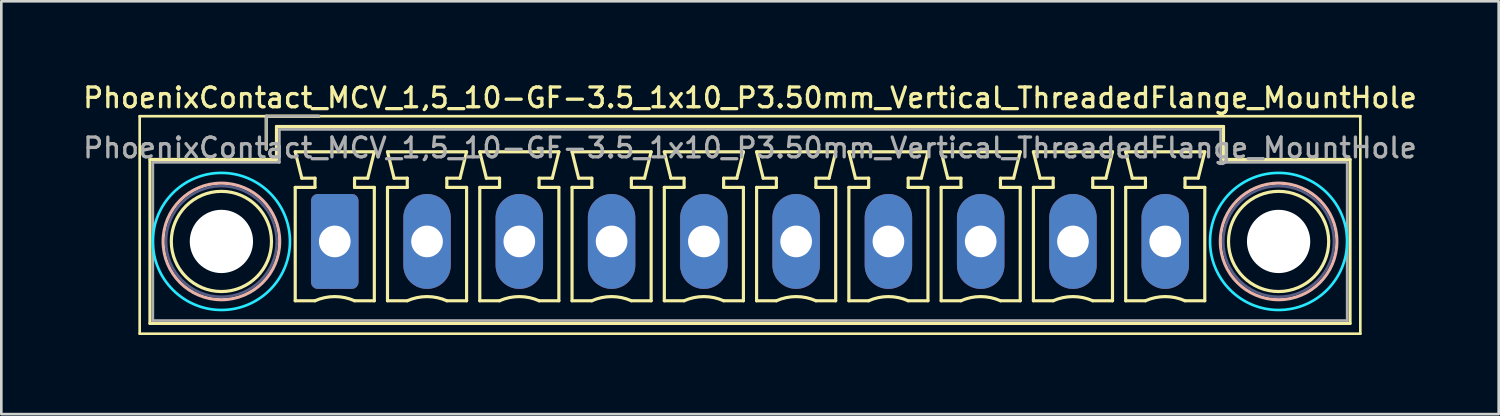
<source format=kicad_pcb>
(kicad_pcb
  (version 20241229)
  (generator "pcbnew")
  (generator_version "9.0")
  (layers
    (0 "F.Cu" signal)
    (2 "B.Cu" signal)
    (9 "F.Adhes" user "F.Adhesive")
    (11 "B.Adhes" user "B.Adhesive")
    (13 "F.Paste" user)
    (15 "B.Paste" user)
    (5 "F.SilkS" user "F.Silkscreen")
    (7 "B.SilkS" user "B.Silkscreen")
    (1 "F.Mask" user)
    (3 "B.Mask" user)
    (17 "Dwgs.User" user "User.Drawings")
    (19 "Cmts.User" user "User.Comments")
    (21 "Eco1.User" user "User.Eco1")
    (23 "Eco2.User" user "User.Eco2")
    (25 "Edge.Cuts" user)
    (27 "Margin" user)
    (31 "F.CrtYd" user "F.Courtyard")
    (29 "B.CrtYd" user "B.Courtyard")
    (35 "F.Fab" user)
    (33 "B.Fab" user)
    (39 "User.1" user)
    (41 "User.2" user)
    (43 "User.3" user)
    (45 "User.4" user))
  (footprint "PhoenixContact_MCV_1,5_10-GF-3.5_1x10_P3.50mm_Vertical_ThreadedFlange_MountHole"
    (layer "F.Cu")
    (at 9.648 6.108)
    (property "Reference" "PhoenixContact_MCV_1,5_10-GF-3.5_1x10_P3.50mm_Vertical_ThreadedFlange_MountHole" (at 15.75 -5.45 0) (layer "F.SilkS") (effects (font (size 0.75 0.75) (thickness 0.125))))
    (attr through_hole)
    (fp_line (start -7.4 -4.75) (end -7.4 3.5) (stroke (width 0.1) (type solid)) (layer "F.SilkS"))
    (fp_line (start -7.4 3.5) (end 38.9 3.5) (stroke (width 0.1) (type solid)) (layer "F.SilkS"))
    (fp_line (start -7.01 -3.11) (end -7.01 3.11) (stroke (width 0.12) (type solid)) (layer "F.SilkS"))
    (fp_line (start -7.01 3.11) (end 38.51 3.11) (stroke (width 0.12) (type solid)) (layer "F.SilkS"))
    (fp_line (start -2.6 -4.75) (end -0.6 -4.75) (stroke (width 0.12) (type solid)) (layer "F.SilkS"))
    (fp_line (start -2.6 -3.5) (end -2.6 -4.75) (stroke (width 0.12) (type solid)) (layer "F.SilkS"))
    (fp_line (start -2.21 -4.36) (end -2.21 -3.11) (stroke (width 0.12) (type solid)) (layer "F.SilkS"))
    (fp_line (start -2.21 -3.11) (end -7.01 -3.11) (stroke (width 0.12) (type solid)) (layer "F.SilkS"))
    (fp_line (start -1.5 -3.4) (end 1.5 -3.4) (stroke (width 0.12) (type solid)) (layer "F.SilkS"))
    (fp_line (start -1.5 -2.05) (end -0.75 -2.05) (stroke (width 0.12) (type solid)) (layer "F.SilkS"))
    (fp_line (start -1.5 2.25) (end -1.5 -2.05) (stroke (width 0.12) (type solid)) (layer "F.SilkS"))
    (fp_line (start -1.25 -2.4) (end -1.5 -3.4) (stroke (width 0.12) (type solid)) (layer "F.SilkS"))
    (fp_line (start -0.75 -2.4) (end -1.25 -2.4) (stroke (width 0.12) (type solid)) (layer "F.SilkS"))
    (fp_line (start -0.75 -2.05) (end -0.75 -2.4) (stroke (width 0.12) (type solid)) (layer "F.SilkS"))
    (fp_line (start -0.75 2.25) (end -1.5 2.25) (stroke (width 0.12) (type solid)) (layer "F.SilkS"))
    (fp_line (start 0.75 -2.4) (end 0.75 -2.05) (stroke (width 0.12) (type solid)) (layer "F.SilkS"))
    (fp_line (start 0.75 -2.05) (end 1.5 -2.05) (stroke (width 0.12) (type solid)) (layer "F.SilkS"))
    (fp_line (start 1.25 -2.4) (end 0.75 -2.4) (stroke (width 0.12) (type solid)) (layer "F.SilkS"))
    (fp_line (start 1.5 -3.4) (end 1.25 -2.4) (stroke (width 0.12) (type solid)) (layer "F.SilkS"))
    (fp_line (start 1.5 -2.05) (end 1.5 2.25) (stroke (width 0.12) (type solid)) (layer "F.SilkS"))
    (fp_line (start 1.5 2.25) (end 0.75 2.25) (stroke (width 0.12) (type solid)) (layer "F.SilkS"))
    (fp_line (start 2 -3.4) (end 5 -3.4) (stroke (width 0.12) (type solid)) (layer "F.SilkS"))
    (fp_line (start 2 -2.05) (end 2.75 -2.05) (stroke (width 0.12) (type solid)) (layer "F.SilkS"))
    (fp_line (start 2 2.25) (end 2 -2.05) (stroke (width 0.12) (type solid)) (layer "F.SilkS"))
    (fp_line (start 2.25 -2.4) (end 2 -3.4) (stroke (width 0.12) (type solid)) (layer "F.SilkS"))
    (fp_line (start 2.75 -2.4) (end 2.25 -2.4) (stroke (width 0.12) (type solid)) (layer "F.SilkS"))
    (fp_line (start 2.75 -2.05) (end 2.75 -2.4) (stroke (width 0.12) (type solid)) (layer "F.SilkS"))
    (fp_line (start 2.75 2.25) (end 2 2.25) (stroke (width 0.12) (type solid)) (layer "F.SilkS"))
    (fp_line (start 4.25 -2.4) (end 4.25 -2.05) (stroke (width 0.12) (type solid)) (layer "F.SilkS"))
    (fp_line (start 4.25 -2.05) (end 5 -2.05) (stroke (width 0.12) (type solid)) (layer "F.SilkS"))
    (fp_line (start 4.75 -2.4) (end 4.25 -2.4) (stroke (width 0.12) (type solid)) (layer "F.SilkS"))
    (fp_line (start 5 -3.4) (end 4.75 -2.4) (stroke (width 0.12) (type solid)) (layer "F.SilkS"))
    (fp_line (start 5 -2.05) (end 5 2.25) (stroke (width 0.12) (type solid)) (layer "F.SilkS"))
    (fp_line (start 5 2.25) (end 4.25 2.25) (stroke (width 0.12) (type solid)) (layer "F.SilkS"))
    (fp_line (start 5.5 -3.4) (end 8.5 -3.4) (stroke (width 0.12) (type solid)) (layer "F.SilkS"))
    (fp_line (start 5.5 -2.05) (end 6.25 -2.05) (stroke (width 0.12) (type solid)) (layer "F.SilkS"))
    (fp_line (start 5.5 2.25) (end 5.5 -2.05) (stroke (width 0.12) (type solid)) (layer "F.SilkS"))
    (fp_line (start 5.75 -2.4) (end 5.5 -3.4) (stroke (width 0.12) (type solid)) (layer "F.SilkS"))
    (fp_line (start 6.25 -2.4) (end 5.75 -2.4) (stroke (width 0.12) (type solid)) (layer "F.SilkS"))
    (fp_line (start 6.25 -2.05) (end 6.25 -2.4) (stroke (width 0.12) (type solid)) (layer "F.SilkS"))
    (fp_line (start 6.25 2.25) (end 5.5 2.25) (stroke (width 0.12) (type solid)) (layer "F.SilkS"))
    (fp_line (start 7.75 -2.4) (end 7.75 -2.05) (stroke (width 0.12) (type solid)) (layer "F.SilkS"))
    (fp_line (start 7.75 -2.05) (end 8.5 -2.05) (stroke (width 0.12) (type solid)) (layer "F.SilkS"))
    (fp_line (start 8.25 -2.4) (end 7.75 -2.4) (stroke (width 0.12) (type solid)) (layer "F.SilkS"))
    (fp_line (start 8.5 -3.4) (end 8.25 -2.4) (stroke (width 0.12) (type solid)) (layer "F.SilkS"))
    (fp_line (start 8.5 -2.05) (end 8.5 2.25) (stroke (width 0.12) (type solid)) (layer "F.SilkS"))
    (fp_line (start 8.5 2.25) (end 7.75 2.25) (stroke (width 0.12) (type solid)) (layer "F.SilkS"))
    (fp_line (start 9 -3.4) (end 12 -3.4) (stroke (width 0.12) (type solid)) (layer "F.SilkS"))
    (fp_line (start 9 -2.05) (end 9.75 -2.05) (stroke (width 0.12) (type solid)) (layer "F.SilkS"))
    (fp_line (start 9 2.25) (end 9 -2.05) (stroke (width 0.12) (type solid)) (layer "F.SilkS"))
    (fp_line (start 9.25 -2.4) (end 9 -3.4) (stroke (width 0.12) (type solid)) (layer "F.SilkS"))
    (fp_line (start 9.75 -2.4) (end 9.25 -2.4) (stroke (width 0.12) (type solid)) (layer "F.SilkS"))
    (fp_line (start 9.75 -2.05) (end 9.75 -2.4) (stroke (width 0.12) (type solid)) (layer "F.SilkS"))
    (fp_line (start 9.75 2.25) (end 9 2.25) (stroke (width 0.12) (type solid)) (layer "F.SilkS"))
    (fp_line (start 11.25 -2.4) (end 11.25 -2.05) (stroke (width 0.12) (type solid)) (layer "F.SilkS"))
    (fp_line (start 11.25 -2.05) (end 12 -2.05) (stroke (width 0.12) (type solid)) (layer "F.SilkS"))
    (fp_line (start 11.75 -2.4) (end 11.25 -2.4) (stroke (width 0.12) (type solid)) (layer "F.SilkS"))
    (fp_line (start 12 -3.4) (end 11.75 -2.4) (stroke (width 0.12) (type solid)) (layer "F.SilkS"))
    (fp_line (start 12 -2.05) (end 12 2.25) (stroke (width 0.12) (type solid)) (layer "F.SilkS"))
    (fp_line (start 12 2.25) (end 11.25 2.25) (stroke (width 0.12) (type solid)) (layer "F.SilkS"))
    (fp_line (start 12.5 -3.4) (end 15.5 -3.4) (stroke (width 0.12) (type solid)) (layer "F.SilkS"))
    (fp_line (start 12.5 -2.05) (end 13.25 -2.05) (stroke (width 0.12) (type solid)) (layer "F.SilkS"))
    (fp_line (start 12.5 2.25) (end 12.5 -2.05) (stroke (width 0.12) (type solid)) (layer "F.SilkS"))
    (fp_line (start 12.75 -2.4) (end 12.5 -3.4) (stroke (width 0.12) (type solid)) (layer "F.SilkS"))
    (fp_line (start 13.25 -2.4) (end 12.75 -2.4) (stroke (width 0.12) (type solid)) (layer "F.SilkS"))
    (fp_line (start 13.25 -2.05) (end 13.25 -2.4) (stroke (width 0.12) (type solid)) (layer "F.SilkS"))
    (fp_line (start 13.25 2.25) (end 12.5 2.25) (stroke (width 0.12) (type solid)) (layer "F.SilkS"))
    (fp_line (start 14.75 -2.4) (end 14.75 -2.05) (stroke (width 0.12) (type solid)) (layer "F.SilkS"))
    (fp_line (start 14.75 -2.05) (end 15.5 -2.05) (stroke (width 0.12) (type solid)) (layer "F.SilkS"))
    (fp_line (start 15.25 -2.4) (end 14.75 -2.4) (stroke (width 0.12) (type solid)) (layer "F.SilkS"))
    (fp_line (start 15.5 -3.4) (end 15.25 -2.4) (stroke (width 0.12) (type solid)) (layer "F.SilkS"))
    (fp_line (start 15.5 -2.05) (end 15.5 2.25) (stroke (width 0.12) (type solid)) (layer "F.SilkS"))
    (fp_line (start 15.5 2.25) (end 14.75 2.25) (stroke (width 0.12) (type solid)) (layer "F.SilkS"))
    (fp_line (start 16 -3.4) (end 19 -3.4) (stroke (width 0.12) (type solid)) (layer "F.SilkS"))
    (fp_line (start 16 -2.05) (end 16.75 -2.05) (stroke (width 0.12) (type solid)) (layer "F.SilkS"))
    (fp_line (start 16 2.25) (end 16 -2.05) (stroke (width 0.12) (type solid)) (layer "F.SilkS"))
    (fp_line (start 16.25 -2.4) (end 16 -3.4) (stroke (width 0.12) (type solid)) (layer "F.SilkS"))
    (fp_line (start 16.75 -2.4) (end 16.25 -2.4) (stroke (width 0.12) (type solid)) (layer "F.SilkS"))
    (fp_line (start 16.75 -2.05) (end 16.75 -2.4) (stroke (width 0.12) (type solid)) (layer "F.SilkS"))
    (fp_line (start 16.75 2.25) (end 16 2.25) (stroke (width 0.12) (type solid)) (layer "F.SilkS"))
    (fp_line (start 18.25 -2.4) (end 18.25 -2.05) (stroke (width 0.12) (type solid)) (layer "F.SilkS"))
    (fp_line (start 18.25 -2.05) (end 19 -2.05) (stroke (width 0.12) (type solid)) (layer "F.SilkS"))
    (fp_line (start 18.75 -2.4) (end 18.25 -2.4) (stroke (width 0.12) (type solid)) (layer "F.SilkS"))
    (fp_line (start 19 -3.4) (end 18.75 -2.4) (stroke (width 0.12) (type solid)) (layer "F.SilkS"))
    (fp_line (start 19 -2.05) (end 19 2.25) (stroke (width 0.12) (type solid)) (layer "F.SilkS"))
    (fp_line (start 19 2.25) (end 18.25 2.25) (stroke (width 0.12) (type solid)) (layer "F.SilkS"))
    (fp_line (start 19.5 -3.4) (end 22.5 -3.4) (stroke (width 0.12) (type solid)) (layer "F.SilkS"))
    (fp_line (start 19.5 -2.05) (end 20.25 -2.05) (stroke (width 0.12) (type solid)) (layer "F.SilkS"))
    (fp_line (start 19.5 2.25) (end 19.5 -2.05) (stroke (width 0.12) (type solid)) (layer "F.SilkS"))
    (fp_line (start 19.75 -2.4) (end 19.5 -3.4) (stroke (width 0.12) (type solid)) (layer "F.SilkS"))
    (fp_line (start 20.25 -2.4) (end 19.75 -2.4) (stroke (width 0.12) (type solid)) (layer "F.SilkS"))
    (fp_line (start 20.25 -2.05) (end 20.25 -2.4) (stroke (width 0.12) (type solid)) (layer "F.SilkS"))
    (fp_line (start 20.25 2.25) (end 19.5 2.25) (stroke (width 0.12) (type solid)) (layer "F.SilkS"))
    (fp_line (start 21.75 -2.4) (end 21.75 -2.05) (stroke (width 0.12) (type solid)) (layer "F.SilkS"))
    (fp_line (start 21.75 -2.05) (end 22.5 -2.05) (stroke (width 0.12) (type solid)) (layer "F.SilkS"))
    (fp_line (start 22.25 -2.4) (end 21.75 -2.4) (stroke (width 0.12) (type solid)) (layer "F.SilkS"))
    (fp_line (start 22.5 -3.4) (end 22.25 -2.4) (stroke (width 0.12) (type solid)) (layer "F.SilkS"))
    (fp_line (start 22.5 -2.05) (end 22.5 2.25) (stroke (width 0.12) (type solid)) (layer "F.SilkS"))
    (fp_line (start 22.5 2.25) (end 21.75 2.25) (stroke (width 0.12) (type solid)) (layer "F.SilkS"))
    (fp_line (start 23 -3.4) (end 26 -3.4) (stroke (width 0.12) (type solid)) (layer "F.SilkS"))
    (fp_line (start 23 -2.05) (end 23.75 -2.05) (stroke (width 0.12) (type solid)) (layer "F.SilkS"))
    (fp_line (start 23 2.25) (end 23 -2.05) (stroke (width 0.12) (type solid)) (layer "F.SilkS"))
    (fp_line (start 23.25 -2.4) (end 23 -3.4) (stroke (width 0.12) (type solid)) (layer "F.SilkS"))
    (fp_line (start 23.75 -2.4) (end 23.25 -2.4) (stroke (width 0.12) (type solid)) (layer "F.SilkS"))
    (fp_line (start 23.75 -2.05) (end 23.75 -2.4) (stroke (width 0.12) (type solid)) (layer "F.SilkS"))
    (fp_line (start 23.75 2.25) (end 23 2.25) (stroke (width 0.12) (type solid)) (layer "F.SilkS"))
    (fp_line (start 25.25 -2.4) (end 25.25 -2.05) (stroke (width 0.12) (type solid)) (layer "F.SilkS"))
    (fp_line (start 25.25 -2.05) (end 26 -2.05) (stroke (width 0.12) (type solid)) (layer "F.SilkS"))
    (fp_line (start 25.75 -2.4) (end 25.25 -2.4) (stroke (width 0.12) (type solid)) (layer "F.SilkS"))
    (fp_line (start 26 -3.4) (end 25.75 -2.4) (stroke (width 0.12) (type solid)) (layer "F.SilkS"))
    (fp_line (start 26 -2.05) (end 26 2.25) (stroke (width 0.12) (type solid)) (layer "F.SilkS"))
    (fp_line (start 26 2.25) (end 25.25 2.25) (stroke (width 0.12) (type solid)) (layer "F.SilkS"))
    (fp_line (start 26.5 -3.4) (end 29.5 -3.4) (stroke (width 0.12) (type solid)) (layer "F.SilkS"))
    (fp_line (start 26.5 -2.05) (end 27.25 -2.05) (stroke (width 0.12) (type solid)) (layer "F.SilkS"))
    (fp_line (start 26.5 2.25) (end 26.5 -2.05) (stroke (width 0.12) (type solid)) (layer "F.SilkS"))
    (fp_line (start 26.75 -2.4) (end 26.5 -3.4) (stroke (width 0.12) (type solid)) (layer "F.SilkS"))
    (fp_line (start 27.25 -2.4) (end 26.75 -2.4) (stroke (width 0.12) (type solid)) (layer "F.SilkS"))
    (fp_line (start 27.25 -2.05) (end 27.25 -2.4) (stroke (width 0.12) (type solid)) (layer "F.SilkS"))
    (fp_line (start 27.25 2.25) (end 26.5 2.25) (stroke (width 0.12) (type solid)) (layer "F.SilkS"))
    (fp_line (start 28.75 -2.4) (end 28.75 -2.05) (stroke (width 0.12) (type solid)) (layer "F.SilkS"))
    (fp_line (start 28.75 -2.05) (end 29.5 -2.05) (stroke (width 0.12) (type solid)) (layer "F.SilkS"))
    (fp_line (start 29.25 -2.4) (end 28.75 -2.4) (stroke (width 0.12) (type solid)) (layer "F.SilkS"))
    (fp_line (start 29.5 -3.4) (end 29.25 -2.4) (stroke (width 0.12) (type solid)) (layer "F.SilkS"))
    (fp_line (start 29.5 -2.05) (end 29.5 2.25) (stroke (width 0.12) (type solid)) (layer "F.SilkS"))
    (fp_line (start 29.5 2.25) (end 28.75 2.25) (stroke (width 0.12) (type solid)) (layer "F.SilkS"))
    (fp_line (start 30 -3.4) (end 33 -3.4) (stroke (width 0.12) (type solid)) (layer "F.SilkS"))
    (fp_line (start 30 -2.05) (end 30.75 -2.05) (stroke (width 0.12) (type solid)) (layer "F.SilkS"))
    (fp_line (start 30 2.25) (end 30 -2.05) (stroke (width 0.12) (type solid)) (layer "F.SilkS"))
    (fp_line (start 30.25 -2.4) (end 30 -3.4) (stroke (width 0.12) (type solid)) (layer "F.SilkS"))
    (fp_line (start 30.75 -2.4) (end 30.25 -2.4) (stroke (width 0.12) (type solid)) (layer "F.SilkS"))
    (fp_line (start 30.75 -2.05) (end 30.75 -2.4) (stroke (width 0.12) (type solid)) (layer "F.SilkS"))
    (fp_line (start 30.75 2.25) (end 30 2.25) (stroke (width 0.12) (type solid)) (layer "F.SilkS"))
    (fp_line (start 32.25 -2.4) (end 32.25 -2.05) (stroke (width 0.12) (type solid)) (layer "F.SilkS"))
    (fp_line (start 32.25 -2.05) (end 33 -2.05) (stroke (width 0.12) (type solid)) (layer "F.SilkS"))
    (fp_line (start 32.75 -2.4) (end 32.25 -2.4) (stroke (width 0.12) (type solid)) (layer "F.SilkS"))
    (fp_line (start 33 -3.4) (end 32.75 -2.4) (stroke (width 0.12) (type solid)) (layer "F.SilkS"))
    (fp_line (start 33 -2.05) (end 33 2.25) (stroke (width 0.12) (type solid)) (layer "F.SilkS"))
    (fp_line (start 33 2.25) (end 32.25 2.25) (stroke (width 0.12) (type solid)) (layer "F.SilkS"))
    (fp_line (start 33.71 -4.36) (end -2.21 -4.36) (stroke (width 0.12) (type solid)) (layer "F.SilkS"))
    (fp_line (start 33.71 -3.11) (end 33.71 -4.36) (stroke (width 0.12) (type solid)) (layer "F.SilkS"))
    (fp_line (start 38.51 -3.11) (end 33.71 -3.11) (stroke (width 0.12) (type solid)) (layer "F.SilkS"))
    (fp_line (start 38.51 3.11) (end 38.51 -3.11) (stroke (width 0.12) (type solid)) (layer "F.SilkS"))
    (fp_line (start 38.9 -4.75) (end -7.4 -4.75) (stroke (width 0.1) (type solid)) (layer "F.SilkS"))
    (fp_line (start 38.9 3.5) (end 38.9 -4.75) (stroke (width 0.1) (type solid)) (layer "F.SilkS"))
    (fp_arc (start -0.75 2.25) (mid -0.000193 2.09191) (end 0.749647 2.249844) (stroke (width 0.12) (type solid)) (layer "F.SilkS"))
    (fp_arc (start 2.75 2.25) (mid 3.499807 2.09191) (end 4.249647 2.249844) (stroke (width 0.12) (type solid)) (layer "F.SilkS"))
    (fp_arc (start 6.25 2.25) (mid 6.999807 2.09191) (end 7.749647 2.249844) (stroke (width 0.12) (type solid)) (layer "F.SilkS"))
    (fp_arc (start 9.75 2.25) (mid 10.499807 2.09191) (end 11.249647 2.249844) (stroke (width 0.12) (type solid)) (layer "F.SilkS"))
    (fp_arc (start 13.25 2.25) (mid 13.999807 2.09191) (end 14.749647 2.249844) (stroke (width 0.12) (type solid)) (layer "F.SilkS"))
    (fp_arc (start 16.75 2.25) (mid 17.499807 2.09191) (end 18.249647 2.249844) (stroke (width 0.12) (type solid)) (layer "F.SilkS"))
    (fp_arc (start 20.25 2.25) (mid 20.999807 2.09191) (end 21.749647 2.249844) (stroke (width 0.12) (type solid)) (layer "F.SilkS"))
    (fp_arc (start 23.75 2.25) (mid 24.499807 2.09191) (end 25.249647 2.249844) (stroke (width 0.12) (type solid)) (layer "F.SilkS"))
    (fp_arc (start 27.25 2.25) (mid 27.999807 2.09191) (end 28.749647 2.249844) (stroke (width 0.12) (type solid)) (layer "F.SilkS"))
    (fp_arc (start 30.75 2.25) (mid 31.499807 2.09191) (end 32.249647 2.249844) (stroke (width 0.12) (type solid)) (layer "F.SilkS"))
    (fp_circle (center -4.3 0) (end -2.4 0) (stroke (width 0.12) (type solid)) (fill no) (layer "F.SilkS"))
    (fp_circle (center 35.8 0) (end 37.7 0) (stroke (width 0.12) (type solid)) (fill no) (layer "F.SilkS"))
    (fp_circle (center -4.3 0) (end -2.09 0) (stroke (width 0.12) (type solid)) (fill no) (layer "B.SilkS"))
    (fp_circle (center 35.8 0) (end 38.01 0) (stroke (width 0.12) (type solid)) (fill no) (layer "B.SilkS"))
    (fp_circle (center -4.3 0) (end -1.7 0) (stroke (width 0.1) (type solid)) (fill no) (layer "B.CrtYd"))
    (fp_circle (center 35.8 0) (end 38.4 0) (stroke (width 0.1) (type solid)) (fill no) (layer "B.CrtYd"))
    (fp_circle (center -4.3 0) (end -2.2 0) (stroke (width 0.1) (type solid)) (fill no) (layer "B.Fab"))
    (fp_circle (center 35.8 0) (end 37.9 0) (stroke (width 0.1) (type solid)) (fill no) (layer "B.Fab"))
    (fp_line (start -6.9 -3) (end -6.9 3) (stroke (width 0.1) (type solid)) (layer "F.Fab"))
    (fp_line (start -6.9 3) (end 38.4 3) (stroke (width 0.1) (type solid)) (layer "F.Fab"))
    (fp_line (start -2.6 -4.75) (end -0.6 -4.75) (stroke (width 0.1) (type solid)) (layer "F.Fab"))
    (fp_line (start -2.6 -3.5) (end -2.6 -4.75) (stroke (width 0.1) (type solid)) (layer "F.Fab"))
    (fp_line (start -2.1 -4.25) (end -2.1 -3) (stroke (width 0.1) (type solid)) (layer "F.Fab"))
    (fp_line (start -2.1 -3) (end -6.9 -3) (stroke (width 0.1) (type solid)) (layer "F.Fab"))
    (fp_line (start 33.6 -4.25) (end -2.1 -4.25) (stroke (width 0.1) (type solid)) (layer "F.Fab"))
    (fp_line (start 33.6 -3) (end 33.6 -4.25) (stroke (width 0.1) (type solid)) (layer "F.Fab"))
    (fp_line (start 38.4 -3) (end 33.6 -3) (stroke (width 0.1) (type solid)) (layer "F.Fab"))
    (fp_line (start 38.4 3) (end 38.4 -3) (stroke (width 0.1) (type solid)) (layer "F.Fab"))
    (fp_text user "${REFERENCE}" (at 15.75 -3.55 0) (layer "F.Fab") (effects (font (size 0.75 0.75) (thickness 0.125))))
    (pad "" np_thru_hole circle (at -4.3 0) (size 2.4 2.4) (drill 2.4) (layers "*.Cu" "*.Mask"))
    (pad "" np_thru_hole circle (at 35.8 0) (size 2.4 2.4) (drill 2.4) (layers "*.Cu" "*.Mask"))
    (pad "1" thru_hole roundrect (at 0 0) (size 1.8 3.6) (drill 1.2) (layers "*.Cu" "*.Mask") (roundrect_rratio 0.139))
    (pad "2" thru_hole oval (at 3.5 0) (size 1.8 3.6) (drill 1.2) (layers "*.Cu" "*.Mask"))
    (pad "3" thru_hole oval (at 7 0) (size 1.8 3.6) (drill 1.2) (layers "*.Cu" "*.Mask"))
    (pad "4" thru_hole oval (at 10.5 0) (size 1.8 3.6) (drill 1.2) (layers "*.Cu" "*.Mask"))
    (pad "5" thru_hole oval (at 14 0) (size 1.8 3.6) (drill 1.2) (layers "*.Cu" "*.Mask"))
    (pad "6" thru_hole oval (at 17.5 0) (size 1.8 3.6) (drill 1.2) (layers "*.Cu" "*.Mask"))
    (pad "7" thru_hole oval (at 21 0) (size 1.8 3.6) (drill 1.2) (layers "*.Cu" "*.Mask"))
    (pad "8" thru_hole oval (at 24.5 0) (size 1.8 3.6) (drill 1.2) (layers "*.Cu" "*.Mask"))
    (pad "9" thru_hole oval (at 28 0) (size 1.8 3.6) (drill 1.2) (layers "*.Cu" "*.Mask"))
    (pad "10" thru_hole oval (at 31.5 0) (size 1.8 3.6) (drill 1.2) (layers "*.Cu" "*.Mask")))
  (gr_rect
    (start -3 -3)
    (end 53.796 12.658)
    (stroke (width 0.1) (type default))
    (fill no)
    (layer "Edge.Cuts")))
</source>
